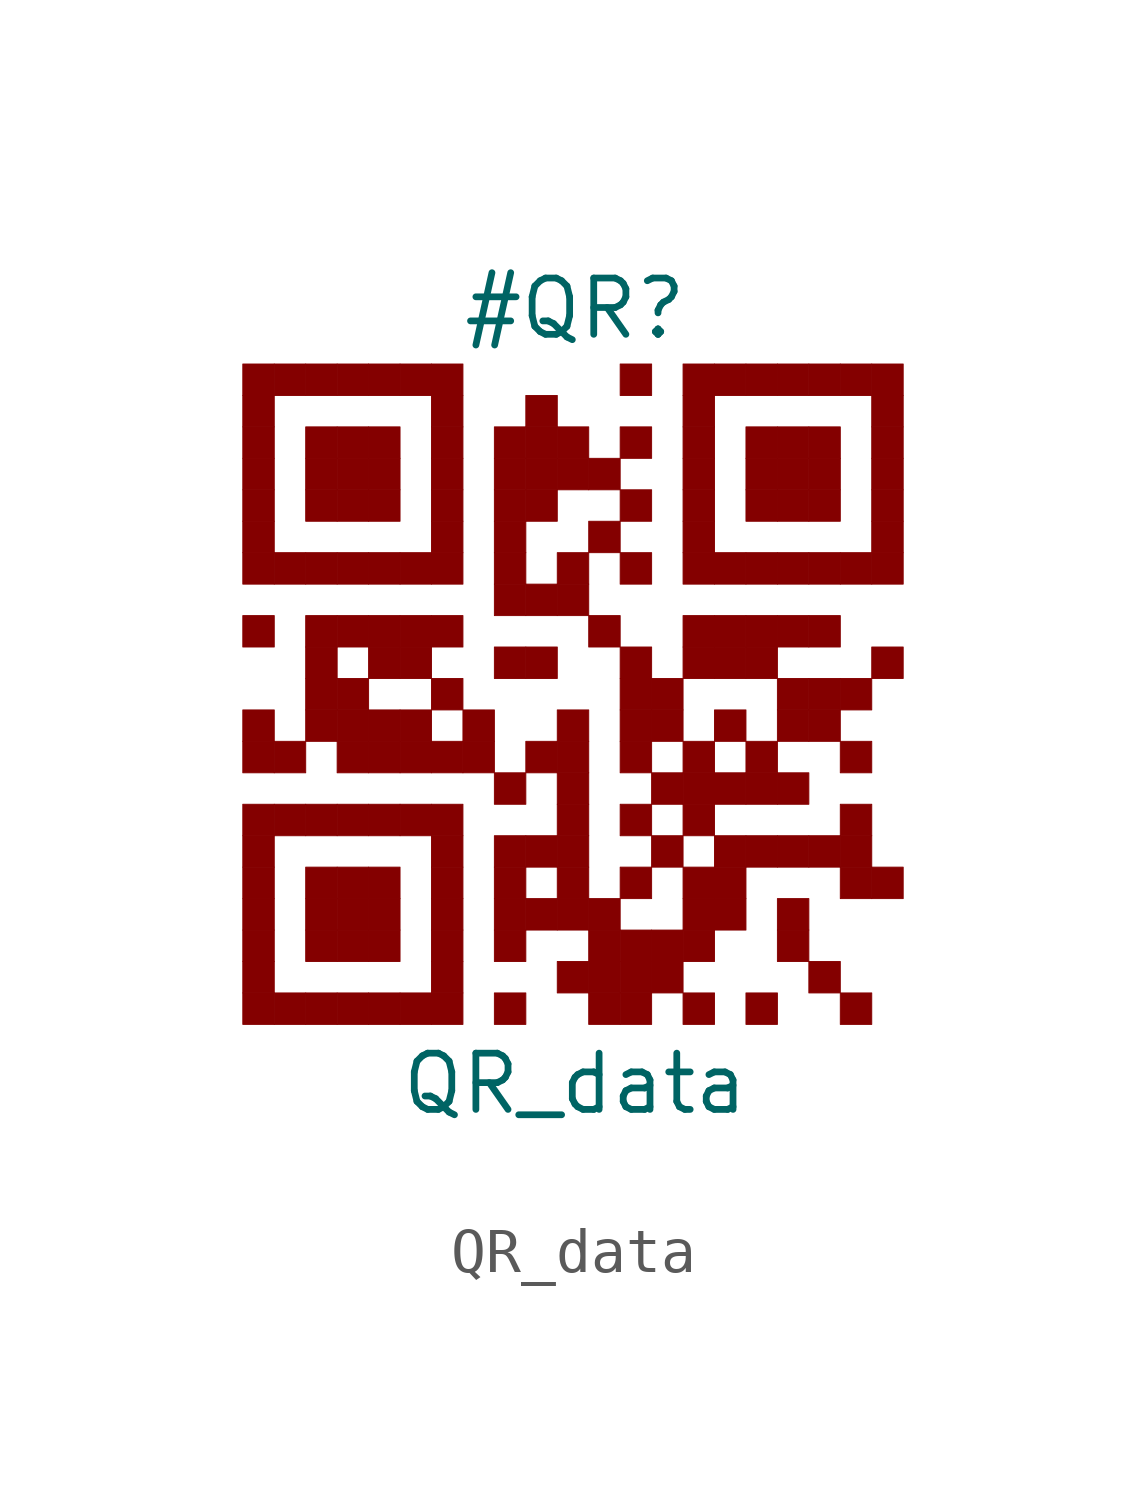
<source format=kicad_sym>
(kicad_symbol_lib
  (version 20211014)
  (generator kibot)
  (symbol "QR_data"
    (pin_numbers hide)
    (pin_names hide)
    (property "Reference" "#QR"
      (at 0 8.75 0)
      (effects (font (size 1.27 1.27))))
    (property "Value" "QR_data"
      (at 0 -8.75 0)
      (effects (font (size 1.27 1.27))))
    (rectangle
      (start -7.5 7.5)
      (end -6.79 6.79)
      (stroke (width 0.001) (type default))
      (fill (type outline)))
    (rectangle
      (start -6.79 7.5)
      (end -6.08 6.79)
      (stroke (width 0.001) (type default))
      (fill (type outline)))
    (rectangle
      (start -6.08 7.5)
      (end -5.37 6.79)
      (stroke (width 0.001) (type default))
      (fill (type outline)))
    (rectangle
      (start -5.37 7.5)
      (end -4.66 6.79)
      (stroke (width 0.001) (type default))
      (fill (type outline)))
    (rectangle
      (start -4.66 7.5)
      (end -3.95 6.79)
      (stroke (width 0.001) (type default))
      (fill (type outline)))
    (rectangle
      (start -3.95 7.5)
      (end -3.24 6.79)
      (stroke (width 0.001) (type default))
      (fill (type outline)))
    (rectangle
      (start -3.24 7.5)
      (end -2.53 6.79)
      (stroke (width 0.001) (type default))
      (fill (type outline)))
    (rectangle
      (start 1.02 7.5)
      (end 1.73 6.79)
      (stroke (width 0.001) (type default))
      (fill (type outline)))
    (rectangle
      (start 2.44 7.5)
      (end 3.15 6.79)
      (stroke (width 0.001) (type default))
      (fill (type outline)))
    (rectangle
      (start 3.15 7.5)
      (end 3.86 6.79)
      (stroke (width 0.001) (type default))
      (fill (type outline)))
    (rectangle
      (start 3.86 7.5)
      (end 4.57 6.79)
      (stroke (width 0.001) (type default))
      (fill (type outline)))
    (rectangle
      (start 4.57 7.5)
      (end 5.28 6.79)
      (stroke (width 0.001) (type default))
      (fill (type outline)))
    (rectangle
      (start 5.28 7.5)
      (end 5.99 6.79)
      (stroke (width 0.001) (type default))
      (fill (type outline)))
    (rectangle
      (start 5.99 7.5)
      (end 6.7 6.79)
      (stroke (width 0.001) (type default))
      (fill (type outline)))
    (rectangle
      (start 6.7 7.5)
      (end 7.41 6.79)
      (stroke (width 0.001) (type default))
      (fill (type outline)))
    (rectangle
      (start -7.5 6.79)
      (end -6.79 6.08)
      (stroke (width 0.001) (type default))
      (fill (type outline)))
    (rectangle
      (start -3.24 6.79)
      (end -2.53 6.08)
      (stroke (width 0.001) (type default))
      (fill (type outline)))
    (rectangle
      (start -1.11 6.79)
      (end -0.4 6.08)
      (stroke (width 0.001) (type default))
      (fill (type outline)))
    (rectangle
      (start 2.44 6.79)
      (end 3.15 6.08)
      (stroke (width 0.001) (type default))
      (fill (type outline)))
    (rectangle
      (start 6.7 6.79)
      (end 7.41 6.08)
      (stroke (width 0.001) (type default))
      (fill (type outline)))
    (rectangle
      (start -7.5 6.08)
      (end -6.79 5.37)
      (stroke (width 0.001) (type default))
      (fill (type outline)))
    (rectangle
      (start -6.08 6.08)
      (end -5.37 5.37)
      (stroke (width 0.001) (type default))
      (fill (type outline)))
    (rectangle
      (start -5.37 6.08)
      (end -4.66 5.37)
      (stroke (width 0.001) (type default))
      (fill (type outline)))
    (rectangle
      (start -4.66 6.08)
      (end -3.95 5.37)
      (stroke (width 0.001) (type default))
      (fill (type outline)))
    (rectangle
      (start -3.24 6.08)
      (end -2.53 5.37)
      (stroke (width 0.001) (type default))
      (fill (type outline)))
    (rectangle
      (start -1.82 6.08)
      (end -1.11 5.37)
      (stroke (width 0.001) (type default))
      (fill (type outline)))
    (rectangle
      (start -1.11 6.08)
      (end -0.4 5.37)
      (stroke (width 0.001) (type default))
      (fill (type outline)))
    (rectangle
      (start -0.4 6.08)
      (end 0.31 5.37)
      (stroke (width 0.001) (type default))
      (fill (type outline)))
    (rectangle
      (start 1.02 6.08)
      (end 1.73 5.37)
      (stroke (width 0.001) (type default))
      (fill (type outline)))
    (rectangle
      (start 2.44 6.08)
      (end 3.15 5.37)
      (stroke (width 0.001) (type default))
      (fill (type outline)))
    (rectangle
      (start 3.86 6.08)
      (end 4.57 5.37)
      (stroke (width 0.001) (type default))
      (fill (type outline)))
    (rectangle
      (start 4.57 6.08)
      (end 5.28 5.37)
      (stroke (width 0.001) (type default))
      (fill (type outline)))
    (rectangle
      (start 5.28 6.08)
      (end 5.99 5.37)
      (stroke (width 0.001) (type default))
      (fill (type outline)))
    (rectangle
      (start 6.7 6.08)
      (end 7.41 5.37)
      (stroke (width 0.001) (type default))
      (fill (type outline)))
    (rectangle
      (start -7.5 5.37)
      (end -6.79 4.66)
      (stroke (width 0.001) (type default))
      (fill (type outline)))
    (rectangle
      (start -6.08 5.37)
      (end -5.37 4.66)
      (stroke (width 0.001) (type default))
      (fill (type outline)))
    (rectangle
      (start -5.37 5.37)
      (end -4.66 4.66)
      (stroke (width 0.001) (type default))
      (fill (type outline)))
    (rectangle
      (start -4.66 5.37)
      (end -3.95 4.66)
      (stroke (width 0.001) (type default))
      (fill (type outline)))
    (rectangle
      (start -3.24 5.37)
      (end -2.53 4.66)
      (stroke (width 0.001) (type default))
      (fill (type outline)))
    (rectangle
      (start -1.82 5.37)
      (end -1.11 4.66)
      (stroke (width 0.001) (type default))
      (fill (type outline)))
    (rectangle
      (start -1.11 5.37)
      (end -0.4 4.66)
      (stroke (width 0.001) (type default))
      (fill (type outline)))
    (rectangle
      (start -0.4 5.37)
      (end 0.31 4.66)
      (stroke (width 0.001) (type default))
      (fill (type outline)))
    (rectangle
      (start 0.31 5.37)
      (end 1.02 4.66)
      (stroke (width 0.001) (type default))
      (fill (type outline)))
    (rectangle
      (start 2.44 5.37)
      (end 3.15 4.66)
      (stroke (width 0.001) (type default))
      (fill (type outline)))
    (rectangle
      (start 3.86 5.37)
      (end 4.57 4.66)
      (stroke (width 0.001) (type default))
      (fill (type outline)))
    (rectangle
      (start 4.57 5.37)
      (end 5.28 4.66)
      (stroke (width 0.001) (type default))
      (fill (type outline)))
    (rectangle
      (start 5.28 5.37)
      (end 5.99 4.66)
      (stroke (width 0.001) (type default))
      (fill (type outline)))
    (rectangle
      (start 6.7 5.37)
      (end 7.41 4.66)
      (stroke (width 0.001) (type default))
      (fill (type outline)))
    (rectangle
      (start -7.5 4.66)
      (end -6.79 3.95)
      (stroke (width 0.001) (type default))
      (fill (type outline)))
    (rectangle
      (start -6.08 4.66)
      (end -5.37 3.95)
      (stroke (width 0.001) (type default))
      (fill (type outline)))
    (rectangle
      (start -5.37 4.66)
      (end -4.66 3.95)
      (stroke (width 0.001) (type default))
      (fill (type outline)))
    (rectangle
      (start -4.66 4.66)
      (end -3.95 3.95)
      (stroke (width 0.001) (type default))
      (fill (type outline)))
    (rectangle
      (start -3.24 4.66)
      (end -2.53 3.95)
      (stroke (width 0.001) (type default))
      (fill (type outline)))
    (rectangle
      (start -1.82 4.66)
      (end -1.11 3.95)
      (stroke (width 0.001) (type default))
      (fill (type outline)))
    (rectangle
      (start -1.11 4.66)
      (end -0.4 3.95)
      (stroke (width 0.001) (type default))
      (fill (type outline)))
    (rectangle
      (start 1.02 4.66)
      (end 1.73 3.95)
      (stroke (width 0.001) (type default))
      (fill (type outline)))
    (rectangle
      (start 2.44 4.66)
      (end 3.15 3.95)
      (stroke (width 0.001) (type default))
      (fill (type outline)))
    (rectangle
      (start 3.86 4.66)
      (end 4.57 3.95)
      (stroke (width 0.001) (type default))
      (fill (type outline)))
    (rectangle
      (start 4.57 4.66)
      (end 5.28 3.95)
      (stroke (width 0.001) (type default))
      (fill (type outline)))
    (rectangle
      (start 5.28 4.66)
      (end 5.99 3.95)
      (stroke (width 0.001) (type default))
      (fill (type outline)))
    (rectangle
      (start 6.7 4.66)
      (end 7.41 3.95)
      (stroke (width 0.001) (type default))
      (fill (type outline)))
    (rectangle
      (start -7.5 3.95)
      (end -6.79 3.24)
      (stroke (width 0.001) (type default))
      (fill (type outline)))
    (rectangle
      (start -3.24 3.95)
      (end -2.53 3.24)
      (stroke (width 0.001) (type default))
      (fill (type outline)))
    (rectangle
      (start -1.82 3.95)
      (end -1.11 3.24)
      (stroke (width 0.001) (type default))
      (fill (type outline)))
    (rectangle
      (start 0.31 3.95)
      (end 1.02 3.24)
      (stroke (width 0.001) (type default))
      (fill (type outline)))
    (rectangle
      (start 2.44 3.95)
      (end 3.15 3.24)
      (stroke (width 0.001) (type default))
      (fill (type outline)))
    (rectangle
      (start 6.7 3.95)
      (end 7.41 3.24)
      (stroke (width 0.001) (type default))
      (fill (type outline)))
    (rectangle
      (start -7.5 3.24)
      (end -6.79 2.53)
      (stroke (width 0.001) (type default))
      (fill (type outline)))
    (rectangle
      (start -6.79 3.24)
      (end -6.08 2.53)
      (stroke (width 0.001) (type default))
      (fill (type outline)))
    (rectangle
      (start -6.08 3.24)
      (end -5.37 2.53)
      (stroke (width 0.001) (type default))
      (fill (type outline)))
    (rectangle
      (start -5.37 3.24)
      (end -4.66 2.53)
      (stroke (width 0.001) (type default))
      (fill (type outline)))
    (rectangle
      (start -4.66 3.24)
      (end -3.95 2.53)
      (stroke (width 0.001) (type default))
      (fill (type outline)))
    (rectangle
      (start -3.95 3.24)
      (end -3.24 2.53)
      (stroke (width 0.001) (type default))
      (fill (type outline)))
    (rectangle
      (start -3.24 3.24)
      (end -2.53 2.53)
      (stroke (width 0.001) (type default))
      (fill (type outline)))
    (rectangle
      (start -1.82 3.24)
      (end -1.11 2.53)
      (stroke (width 0.001) (type default))
      (fill (type outline)))
    (rectangle
      (start -0.4 3.24)
      (end 0.31 2.53)
      (stroke (width 0.001) (type default))
      (fill (type outline)))
    (rectangle
      (start 1.02 3.24)
      (end 1.73 2.53)
      (stroke (width 0.001) (type default))
      (fill (type outline)))
    (rectangle
      (start 2.44 3.24)
      (end 3.15 2.53)
      (stroke (width 0.001) (type default))
      (fill (type outline)))
    (rectangle
      (start 3.15 3.24)
      (end 3.86 2.53)
      (stroke (width 0.001) (type default))
      (fill (type outline)))
    (rectangle
      (start 3.86 3.24)
      (end 4.57 2.53)
      (stroke (width 0.001) (type default))
      (fill (type outline)))
    (rectangle
      (start 4.57 3.24)
      (end 5.28 2.53)
      (stroke (width 0.001) (type default))
      (fill (type outline)))
    (rectangle
      (start 5.28 3.24)
      (end 5.99 2.53)
      (stroke (width 0.001) (type default))
      (fill (type outline)))
    (rectangle
      (start 5.99 3.24)
      (end 6.7 2.53)
      (stroke (width 0.001) (type default))
      (fill (type outline)))
    (rectangle
      (start 6.7 3.24)
      (end 7.41 2.53)
      (stroke (width 0.001) (type default))
      (fill (type outline)))
    (rectangle
      (start -1.82 2.53)
      (end -1.11 1.82)
      (stroke (width 0.001) (type default))
      (fill (type outline)))
    (rectangle
      (start -1.11 2.53)
      (end -0.4 1.82)
      (stroke (width 0.001) (type default))
      (fill (type outline)))
    (rectangle
      (start -0.4 2.53)
      (end 0.31 1.82)
      (stroke (width 0.001) (type default))
      (fill (type outline)))
    (rectangle
      (start -7.5 1.82)
      (end -6.79 1.11)
      (stroke (width 0.001) (type default))
      (fill (type outline)))
    (rectangle
      (start -6.08 1.82)
      (end -5.37 1.11)
      (stroke (width 0.001) (type default))
      (fill (type outline)))
    (rectangle
      (start -5.37 1.82)
      (end -4.66 1.11)
      (stroke (width 0.001) (type default))
      (fill (type outline)))
    (rectangle
      (start -4.66 1.82)
      (end -3.95 1.11)
      (stroke (width 0.001) (type default))
      (fill (type outline)))
    (rectangle
      (start -3.95 1.82)
      (end -3.24 1.11)
      (stroke (width 0.001) (type default))
      (fill (type outline)))
    (rectangle
      (start -3.24 1.82)
      (end -2.53 1.11)
      (stroke (width 0.001) (type default))
      (fill (type outline)))
    (rectangle
      (start 0.31 1.82)
      (end 1.02 1.11)
      (stroke (width 0.001) (type default))
      (fill (type outline)))
    (rectangle
      (start 2.44 1.82)
      (end 3.15 1.11)
      (stroke (width 0.001) (type default))
      (fill (type outline)))
    (rectangle
      (start 3.15 1.82)
      (end 3.86 1.11)
      (stroke (width 0.001) (type default))
      (fill (type outline)))
    (rectangle
      (start 3.86 1.82)
      (end 4.57 1.11)
      (stroke (width 0.001) (type default))
      (fill (type outline)))
    (rectangle
      (start 4.57 1.82)
      (end 5.28 1.11)
      (stroke (width 0.001) (type default))
      (fill (type outline)))
    (rectangle
      (start 5.28 1.82)
      (end 5.99 1.11)
      (stroke (width 0.001) (type default))
      (fill (type outline)))
    (rectangle
      (start -6.08 1.11)
      (end -5.37 0.4)
      (stroke (width 0.001) (type default))
      (fill (type outline)))
    (rectangle
      (start -4.66 1.11)
      (end -3.95 0.4)
      (stroke (width 0.001) (type default))
      (fill (type outline)))
    (rectangle
      (start -3.95 1.11)
      (end -3.24 0.4)
      (stroke (width 0.001) (type default))
      (fill (type outline)))
    (rectangle
      (start -1.82 1.11)
      (end -1.11 0.4)
      (stroke (width 0.001) (type default))
      (fill (type outline)))
    (rectangle
      (start -1.11 1.11)
      (end -0.4 0.4)
      (stroke (width 0.001) (type default))
      (fill (type outline)))
    (rectangle
      (start 1.02 1.11)
      (end 1.73 0.4)
      (stroke (width 0.001) (type default))
      (fill (type outline)))
    (rectangle
      (start 2.44 1.11)
      (end 3.15 0.4)
      (stroke (width 0.001) (type default))
      (fill (type outline)))
    (rectangle
      (start 3.15 1.11)
      (end 3.86 0.4)
      (stroke (width 0.001) (type default))
      (fill (type outline)))
    (rectangle
      (start 3.86 1.11)
      (end 4.57 0.4)
      (stroke (width 0.001) (type default))
      (fill (type outline)))
    (rectangle
      (start 6.7 1.11)
      (end 7.41 0.4)
      (stroke (width 0.001) (type default))
      (fill (type outline)))
    (rectangle
      (start -6.08 0.4)
      (end -5.37 -0.31)
      (stroke (width 0.001) (type default))
      (fill (type outline)))
    (rectangle
      (start -5.37 0.4)
      (end -4.66 -0.31)
      (stroke (width 0.001) (type default))
      (fill (type outline)))
    (rectangle
      (start -3.24 0.4)
      (end -2.53 -0.31)
      (stroke (width 0.001) (type default))
      (fill (type outline)))
    (rectangle
      (start 1.02 0.4)
      (end 1.73 -0.31)
      (stroke (width 0.001) (type default))
      (fill (type outline)))
    (rectangle
      (start 1.73 0.4)
      (end 2.44 -0.31)
      (stroke (width 0.001) (type default))
      (fill (type outline)))
    (rectangle
      (start 4.57 0.4)
      (end 5.28 -0.31)
      (stroke (width 0.001) (type default))
      (fill (type outline)))
    (rectangle
      (start 5.28 0.4)
      (end 5.99 -0.31)
      (stroke (width 0.001) (type default))
      (fill (type outline)))
    (rectangle
      (start 5.99 0.4)
      (end 6.7 -0.31)
      (stroke (width 0.001) (type default))
      (fill (type outline)))
    (rectangle
      (start -7.5 -0.31)
      (end -6.79 -1.02)
      (stroke (width 0.001) (type default))
      (fill (type outline)))
    (rectangle
      (start -6.08 -0.31)
      (end -5.37 -1.02)
      (stroke (width 0.001) (type default))
      (fill (type outline)))
    (rectangle
      (start -5.37 -0.31)
      (end -4.66 -1.02)
      (stroke (width 0.001) (type default))
      (fill (type outline)))
    (rectangle
      (start -4.66 -0.31)
      (end -3.95 -1.02)
      (stroke (width 0.001) (type default))
      (fill (type outline)))
    (rectangle
      (start -3.95 -0.31)
      (end -3.24 -1.02)
      (stroke (width 0.001) (type default))
      (fill (type outline)))
    (rectangle
      (start -2.53 -0.31)
      (end -1.82 -1.02)
      (stroke (width 0.001) (type default))
      (fill (type outline)))
    (rectangle
      (start -0.4 -0.31)
      (end 0.31 -1.02)
      (stroke (width 0.001) (type default))
      (fill (type outline)))
    (rectangle
      (start 1.02 -0.31)
      (end 1.73 -1.02)
      (stroke (width 0.001) (type default))
      (fill (type outline)))
    (rectangle
      (start 1.73 -0.31)
      (end 2.44 -1.02)
      (stroke (width 0.001) (type default))
      (fill (type outline)))
    (rectangle
      (start 3.15 -0.31)
      (end 3.86 -1.02)
      (stroke (width 0.001) (type default))
      (fill (type outline)))
    (rectangle
      (start 4.57 -0.31)
      (end 5.28 -1.02)
      (stroke (width 0.001) (type default))
      (fill (type outline)))
    (rectangle
      (start 5.28 -0.31)
      (end 5.99 -1.02)
      (stroke (width 0.001) (type default))
      (fill (type outline)))
    (rectangle
      (start -7.5 -1.02)
      (end -6.79 -1.73)
      (stroke (width 0.001) (type default))
      (fill (type outline)))
    (rectangle
      (start -6.79 -1.02)
      (end -6.08 -1.73)
      (stroke (width 0.001) (type default))
      (fill (type outline)))
    (rectangle
      (start -5.37 -1.02)
      (end -4.66 -1.73)
      (stroke (width 0.001) (type default))
      (fill (type outline)))
    (rectangle
      (start -4.66 -1.02)
      (end -3.95 -1.73)
      (stroke (width 0.001) (type default))
      (fill (type outline)))
    (rectangle
      (start -3.95 -1.02)
      (end -3.24 -1.73)
      (stroke (width 0.001) (type default))
      (fill (type outline)))
    (rectangle
      (start -3.24 -1.02)
      (end -2.53 -1.73)
      (stroke (width 0.001) (type default))
      (fill (type outline)))
    (rectangle
      (start -2.53 -1.02)
      (end -1.82 -1.73)
      (stroke (width 0.001) (type default))
      (fill (type outline)))
    (rectangle
      (start -1.11 -1.02)
      (end -0.4 -1.73)
      (stroke (width 0.001) (type default))
      (fill (type outline)))
    (rectangle
      (start -0.4 -1.02)
      (end 0.31 -1.73)
      (stroke (width 0.001) (type default))
      (fill (type outline)))
    (rectangle
      (start 1.02 -1.02)
      (end 1.73 -1.73)
      (stroke (width 0.001) (type default))
      (fill (type outline)))
    (rectangle
      (start 2.44 -1.02)
      (end 3.15 -1.73)
      (stroke (width 0.001) (type default))
      (fill (type outline)))
    (rectangle
      (start 3.86 -1.02)
      (end 4.57 -1.73)
      (stroke (width 0.001) (type default))
      (fill (type outline)))
    (rectangle
      (start 5.99 -1.02)
      (end 6.7 -1.73)
      (stroke (width 0.001) (type default))
      (fill (type outline)))
    (rectangle
      (start -1.82 -1.73)
      (end -1.11 -2.44)
      (stroke (width 0.001) (type default))
      (fill (type outline)))
    (rectangle
      (start -0.4 -1.73)
      (end 0.31 -2.44)
      (stroke (width 0.001) (type default))
      (fill (type outline)))
    (rectangle
      (start 1.73 -1.73)
      (end 2.44 -2.44)
      (stroke (width 0.001) (type default))
      (fill (type outline)))
    (rectangle
      (start 2.44 -1.73)
      (end 3.15 -2.44)
      (stroke (width 0.001) (type default))
      (fill (type outline)))
    (rectangle
      (start 3.15 -1.73)
      (end 3.86 -2.44)
      (stroke (width 0.001) (type default))
      (fill (type outline)))
    (rectangle
      (start 3.86 -1.73)
      (end 4.57 -2.44)
      (stroke (width 0.001) (type default))
      (fill (type outline)))
    (rectangle
      (start 4.57 -1.73)
      (end 5.28 -2.44)
      (stroke (width 0.001) (type default))
      (fill (type outline)))
    (rectangle
      (start -7.5 -2.44)
      (end -6.79 -3.15)
      (stroke (width 0.001) (type default))
      (fill (type outline)))
    (rectangle
      (start -6.79 -2.44)
      (end -6.08 -3.15)
      (stroke (width 0.001) (type default))
      (fill (type outline)))
    (rectangle
      (start -6.08 -2.44)
      (end -5.37 -3.15)
      (stroke (width 0.001) (type default))
      (fill (type outline)))
    (rectangle
      (start -5.37 -2.44)
      (end -4.66 -3.15)
      (stroke (width 0.001) (type default))
      (fill (type outline)))
    (rectangle
      (start -4.66 -2.44)
      (end -3.95 -3.15)
      (stroke (width 0.001) (type default))
      (fill (type outline)))
    (rectangle
      (start -3.95 -2.44)
      (end -3.24 -3.15)
      (stroke (width 0.001) (type default))
      (fill (type outline)))
    (rectangle
      (start -3.24 -2.44)
      (end -2.53 -3.15)
      (stroke (width 0.001) (type default))
      (fill (type outline)))
    (rectangle
      (start -0.4 -2.44)
      (end 0.31 -3.15)
      (stroke (width 0.001) (type default))
      (fill (type outline)))
    (rectangle
      (start 1.02 -2.44)
      (end 1.73 -3.15)
      (stroke (width 0.001) (type default))
      (fill (type outline)))
    (rectangle
      (start 2.44 -2.44)
      (end 3.15 -3.15)
      (stroke (width 0.001) (type default))
      (fill (type outline)))
    (rectangle
      (start 5.99 -2.44)
      (end 6.7 -3.15)
      (stroke (width 0.001) (type default))
      (fill (type outline)))
    (rectangle
      (start -7.5 -3.15)
      (end -6.79 -3.86)
      (stroke (width 0.001) (type default))
      (fill (type outline)))
    (rectangle
      (start -3.24 -3.15)
      (end -2.53 -3.86)
      (stroke (width 0.001) (type default))
      (fill (type outline)))
    (rectangle
      (start -1.82 -3.15)
      (end -1.11 -3.86)
      (stroke (width 0.001) (type default))
      (fill (type outline)))
    (rectangle
      (start -1.11 -3.15)
      (end -0.4 -3.86)
      (stroke (width 0.001) (type default))
      (fill (type outline)))
    (rectangle
      (start -0.4 -3.15)
      (end 0.31 -3.86)
      (stroke (width 0.001) (type default))
      (fill (type outline)))
    (rectangle
      (start 1.73 -3.15)
      (end 2.44 -3.86)
      (stroke (width 0.001) (type default))
      (fill (type outline)))
    (rectangle
      (start 3.15 -3.15)
      (end 3.86 -3.86)
      (stroke (width 0.001) (type default))
      (fill (type outline)))
    (rectangle
      (start 3.86 -3.15)
      (end 4.57 -3.86)
      (stroke (width 0.001) (type default))
      (fill (type outline)))
    (rectangle
      (start 4.57 -3.15)
      (end 5.28 -3.86)
      (stroke (width 0.001) (type default))
      (fill (type outline)))
    (rectangle
      (start 5.28 -3.15)
      (end 5.99 -3.86)
      (stroke (width 0.001) (type default))
      (fill (type outline)))
    (rectangle
      (start 5.99 -3.15)
      (end 6.7 -3.86)
      (stroke (width 0.001) (type default))
      (fill (type outline)))
    (rectangle
      (start -7.5 -3.86)
      (end -6.79 -4.57)
      (stroke (width 0.001) (type default))
      (fill (type outline)))
    (rectangle
      (start -6.08 -3.86)
      (end -5.37 -4.57)
      (stroke (width 0.001) (type default))
      (fill (type outline)))
    (rectangle
      (start -5.37 -3.86)
      (end -4.66 -4.57)
      (stroke (width 0.001) (type default))
      (fill (type outline)))
    (rectangle
      (start -4.66 -3.86)
      (end -3.95 -4.57)
      (stroke (width 0.001) (type default))
      (fill (type outline)))
    (rectangle
      (start -3.24 -3.86)
      (end -2.53 -4.57)
      (stroke (width 0.001) (type default))
      (fill (type outline)))
    (rectangle
      (start -1.82 -3.86)
      (end -1.11 -4.57)
      (stroke (width 0.001) (type default))
      (fill (type outline)))
    (rectangle
      (start -0.4 -3.86)
      (end 0.31 -4.57)
      (stroke (width 0.001) (type default))
      (fill (type outline)))
    (rectangle
      (start 1.02 -3.86)
      (end 1.73 -4.57)
      (stroke (width 0.001) (type default))
      (fill (type outline)))
    (rectangle
      (start 2.44 -3.86)
      (end 3.15 -4.57)
      (stroke (width 0.001) (type default))
      (fill (type outline)))
    (rectangle
      (start 3.15 -3.86)
      (end 3.86 -4.57)
      (stroke (width 0.001) (type default))
      (fill (type outline)))
    (rectangle
      (start 5.99 -3.86)
      (end 6.7 -4.57)
      (stroke (width 0.001) (type default))
      (fill (type outline)))
    (rectangle
      (start 6.7 -3.86)
      (end 7.41 -4.57)
      (stroke (width 0.001) (type default))
      (fill (type outline)))
    (rectangle
      (start -7.5 -4.57)
      (end -6.79 -5.28)
      (stroke (width 0.001) (type default))
      (fill (type outline)))
    (rectangle
      (start -6.08 -4.57)
      (end -5.37 -5.28)
      (stroke (width 0.001) (type default))
      (fill (type outline)))
    (rectangle
      (start -5.37 -4.57)
      (end -4.66 -5.28)
      (stroke (width 0.001) (type default))
      (fill (type outline)))
    (rectangle
      (start -4.66 -4.57)
      (end -3.95 -5.28)
      (stroke (width 0.001) (type default))
      (fill (type outline)))
    (rectangle
      (start -3.24 -4.57)
      (end -2.53 -5.28)
      (stroke (width 0.001) (type default))
      (fill (type outline)))
    (rectangle
      (start -1.82 -4.57)
      (end -1.11 -5.28)
      (stroke (width 0.001) (type default))
      (fill (type outline)))
    (rectangle
      (start -1.11 -4.57)
      (end -0.4 -5.28)
      (stroke (width 0.001) (type default))
      (fill (type outline)))
    (rectangle
      (start -0.4 -4.57)
      (end 0.31 -5.28)
      (stroke (width 0.001) (type default))
      (fill (type outline)))
    (rectangle
      (start 0.31 -4.57)
      (end 1.02 -5.28)
      (stroke (width 0.001) (type default))
      (fill (type outline)))
    (rectangle
      (start 2.44 -4.57)
      (end 3.15 -5.28)
      (stroke (width 0.001) (type default))
      (fill (type outline)))
    (rectangle
      (start 3.15 -4.57)
      (end 3.86 -5.28)
      (stroke (width 0.001) (type default))
      (fill (type outline)))
    (rectangle
      (start 4.57 -4.57)
      (end 5.28 -5.28)
      (stroke (width 0.001) (type default))
      (fill (type outline)))
    (rectangle
      (start -7.5 -5.28)
      (end -6.79 -5.99)
      (stroke (width 0.001) (type default))
      (fill (type outline)))
    (rectangle
      (start -6.08 -5.28)
      (end -5.37 -5.99)
      (stroke (width 0.001) (type default))
      (fill (type outline)))
    (rectangle
      (start -5.37 -5.28)
      (end -4.66 -5.99)
      (stroke (width 0.001) (type default))
      (fill (type outline)))
    (rectangle
      (start -4.66 -5.28)
      (end -3.95 -5.99)
      (stroke (width 0.001) (type default))
      (fill (type outline)))
    (rectangle
      (start -3.24 -5.28)
      (end -2.53 -5.99)
      (stroke (width 0.001) (type default))
      (fill (type outline)))
    (rectangle
      (start -1.82 -5.28)
      (end -1.11 -5.99)
      (stroke (width 0.001) (type default))
      (fill (type outline)))
    (rectangle
      (start 0.31 -5.28)
      (end 1.02 -5.99)
      (stroke (width 0.001) (type default))
      (fill (type outline)))
    (rectangle
      (start 1.02 -5.28)
      (end 1.73 -5.99)
      (stroke (width 0.001) (type default))
      (fill (type outline)))
    (rectangle
      (start 1.73 -5.28)
      (end 2.44 -5.99)
      (stroke (width 0.001) (type default))
      (fill (type outline)))
    (rectangle
      (start 2.44 -5.28)
      (end 3.15 -5.99)
      (stroke (width 0.001) (type default))
      (fill (type outline)))
    (rectangle
      (start 4.57 -5.28)
      (end 5.28 -5.99)
      (stroke (width 0.001) (type default))
      (fill (type outline)))
    (rectangle
      (start -7.5 -5.99)
      (end -6.79 -6.7)
      (stroke (width 0.001) (type default))
      (fill (type outline)))
    (rectangle
      (start -3.24 -5.99)
      (end -2.53 -6.7)
      (stroke (width 0.001) (type default))
      (fill (type outline)))
    (rectangle
      (start -0.4 -5.99)
      (end 0.31 -6.7)
      (stroke (width 0.001) (type default))
      (fill (type outline)))
    (rectangle
      (start 0.31 -5.99)
      (end 1.02 -6.7)
      (stroke (width 0.001) (type default))
      (fill (type outline)))
    (rectangle
      (start 1.02 -5.99)
      (end 1.73 -6.7)
      (stroke (width 0.001) (type default))
      (fill (type outline)))
    (rectangle
      (start 1.73 -5.99)
      (end 2.44 -6.7)
      (stroke (width 0.001) (type default))
      (fill (type outline)))
    (rectangle
      (start 5.28 -5.99)
      (end 5.99 -6.7)
      (stroke (width 0.001) (type default))
      (fill (type outline)))
    (rectangle
      (start -7.5 -6.7)
      (end -6.79 -7.41)
      (stroke (width 0.001) (type default))
      (fill (type outline)))
    (rectangle
      (start -6.79 -6.7)
      (end -6.08 -7.41)
      (stroke (width 0.001) (type default))
      (fill (type outline)))
    (rectangle
      (start -6.08 -6.7)
      (end -5.37 -7.41)
      (stroke (width 0.001) (type default))
      (fill (type outline)))
    (rectangle
      (start -5.37 -6.7)
      (end -4.66 -7.41)
      (stroke (width 0.001) (type default))
      (fill (type outline)))
    (rectangle
      (start -4.66 -6.7)
      (end -3.95 -7.41)
      (stroke (width 0.001) (type default))
      (fill (type outline)))
    (rectangle
      (start -3.95 -6.7)
      (end -3.24 -7.41)
      (stroke (width 0.001) (type default))
      (fill (type outline)))
    (rectangle
      (start -3.24 -6.7)
      (end -2.53 -7.41)
      (stroke (width 0.001) (type default))
      (fill (type outline)))
    (rectangle
      (start -1.82 -6.7)
      (end -1.11 -7.41)
      (stroke (width 0.001) (type default))
      (fill (type outline)))
    (rectangle
      (start 0.31 -6.7)
      (end 1.02 -7.41)
      (stroke (width 0.001) (type default))
      (fill (type outline)))
    (rectangle
      (start 1.02 -6.7)
      (end 1.73 -7.41)
      (stroke (width 0.001) (type default))
      (fill (type outline)))
    (rectangle
      (start 2.44 -6.7)
      (end 3.15 -7.41)
      (stroke (width 0.001) (type default))
      (fill (type outline)))
    (rectangle
      (start 3.86 -6.7)
      (end 4.57 -7.41)
      (stroke (width 0.001) (type default))
      (fill (type outline)))
    (rectangle
      (start 5.99 -6.7)
      (end 6.7 -7.41)
      (stroke (width 0.001) (type default))
      (fill (type outline)))))
</source>
